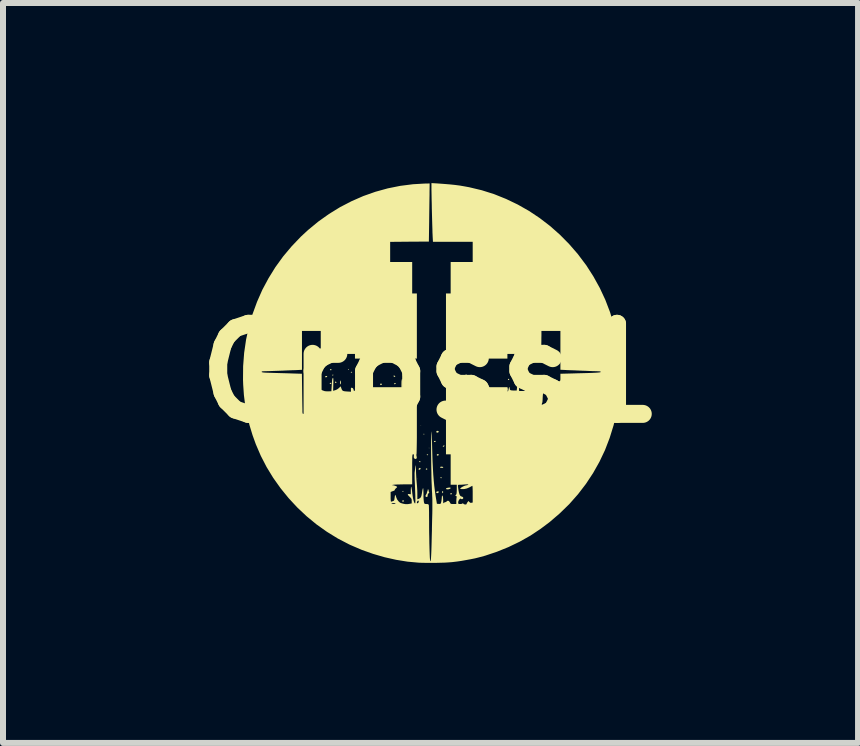
<source format=kicad_pcb>
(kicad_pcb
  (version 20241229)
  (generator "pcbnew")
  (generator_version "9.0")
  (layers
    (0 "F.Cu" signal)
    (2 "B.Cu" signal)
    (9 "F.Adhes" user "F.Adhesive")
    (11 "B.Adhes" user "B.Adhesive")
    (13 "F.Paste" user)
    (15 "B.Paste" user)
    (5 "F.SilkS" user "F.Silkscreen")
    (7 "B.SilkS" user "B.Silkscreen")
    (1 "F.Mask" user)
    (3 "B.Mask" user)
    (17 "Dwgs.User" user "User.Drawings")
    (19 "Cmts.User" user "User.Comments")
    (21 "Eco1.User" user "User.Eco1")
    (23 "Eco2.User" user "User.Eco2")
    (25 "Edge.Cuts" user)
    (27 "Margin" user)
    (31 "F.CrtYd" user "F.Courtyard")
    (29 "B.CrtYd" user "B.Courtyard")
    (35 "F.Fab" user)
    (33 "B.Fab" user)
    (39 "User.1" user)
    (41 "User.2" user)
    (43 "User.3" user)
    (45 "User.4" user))
  (footprint "Cross1"
    (layer "F.Cu")
    (at 4.121 3.166)
    (property "Reference" "Cross1" (at 0 0 0) (layer "F.SilkS") (effects (font (size 1.5 1.5) (thickness 0.3))))
    (attr board_only exclude_from_pos_files exclude_from_bom)
    (fp_poly (pts (xy -1.883 0.324) (xy -1.887 0.328) (xy -1.891 0.324) (xy -1.887 0.32)) (stroke (width 0) (type solid)) (fill yes) (layer "F.SilkS"))
    (fp_poly (pts (xy -0.219 1.762) (xy -0.223 1.766) (xy -0.227 1.762) (xy -0.223 1.758)) (stroke (width 0) (type solid)) (fill yes) (layer "F.SilkS"))
    (fp_poly (pts (xy -0.156 0.871) (xy -0.16 0.875) (xy -0.164 0.871) (xy -0.16 0.867)) (stroke (width 0) (type solid)) (fill yes) (layer "F.SilkS"))
    (fp_poly (pts (xy 2.11 0.293) (xy 2.106 0.297) (xy 2.102 0.293) (xy 2.106 0.289)) (stroke (width 0) (type solid)) (fill yes) (layer "F.SilkS"))
    (fp_poly (pts (xy -0.018 1.245) (xy -0.019 1.25) (xy -0.023 1.25) (xy -0.03 1.247) (xy -0.029 1.245) (xy -0.019 1.244)) (stroke (width 0) (type solid)) (fill yes) (layer "F.SilkS"))
    (fp_poly (pts (xy -2.024 0.33) (xy -2.025 0.337) (xy -2.03 0.343) (xy -2.035 0.337) (xy -2.038 0.326) (xy -2.036 0.322) (xy -2.028 0.321)) (stroke (width 0) (type solid)) (fill yes) (layer "F.SilkS"))
    (fp_poly (pts (xy -0.168 1.471) (xy -0.167 1.48) (xy -0.175 1.484) (xy -0.186 1.478) (xy -0.188 1.472) (xy -0.183 1.463) (xy -0.178 1.463)) (stroke (width 0) (type solid)) (fill yes) (layer "F.SilkS"))
    (fp_poly (pts (xy -0.053 1.594) (xy -0.054 1.603) (xy -0.064 1.608) (xy -0.076 1.605) (xy -0.078 1.598) (xy -0.072 1.588) (xy -0.065 1.587)) (stroke (width 0) (type solid)) (fill yes) (layer "F.SilkS"))
    (fp_poly (pts (xy 1.658 0.141) (xy 1.657 0.15) (xy 1.647 0.155) (xy 1.635 0.152) (xy 1.633 0.145) (xy 1.639 0.135) (xy 1.646 0.134)) (stroke (width 0) (type solid)) (fill yes) (layer "F.SilkS"))
    (fp_poly (pts (xy -2.023 0.124) (xy -2.02 0.129) (xy -2.026 0.136) (xy -2.037 0.139) (xy -2.052 0.137) (xy -2.055 0.129) (xy -2.049 0.119) (xy -2.037 0.119)) (stroke (width 0) (type solid)) (fill yes) (layer "F.SilkS"))
    (fp_poly (pts (xy -1.86 0.475) (xy -1.859 0.477) (xy -1.865 0.484) (xy -1.867 0.484) (xy -1.875 0.478) (xy -1.875 0.477) (xy -1.869 0.469) (xy -1.867 0.469)) (stroke (width 0) (type solid)) (fill yes) (layer "F.SilkS"))
    (fp_poly (pts (xy -1.653 0.162) (xy -1.652 0.171) (xy -1.653 0.173) (xy -1.663 0.179) (xy -1.674 0.179) (xy -1.68 0.173) (xy -1.674 0.164) (xy -1.661 0.16)) (stroke (width 0) (type solid)) (fill yes) (layer "F.SilkS"))
    (fp_poly (pts (xy -1.65 -0.064) (xy -1.649 -0.059) (xy -1.655 -0.048) (xy -1.66 -0.047) (xy -1.671 -0.053) (xy -1.672 -0.059) (xy -1.666 -0.069) (xy -1.66 -0.07)) (stroke (width 0) (type solid)) (fill yes) (layer "F.SilkS"))
    (fp_poly (pts (xy -1.617 0.029) (xy -1.617 0.031) (xy -1.624 0.038) (xy -1.629 0.039) (xy -1.638 0.035) (xy -1.637 0.031) (xy -1.627 0.024) (xy -1.625 0.023)) (stroke (width 0) (type solid)) (fill yes) (layer "F.SilkS"))
    (fp_poly (pts (xy -1.574 0.144) (xy -1.566 0.151) (xy -1.566 0.156) (xy -1.578 0.164) (xy -1.589 0.157) (xy -1.59 0.156) (xy -1.592 0.145) (xy -1.582 0.141)) (stroke (width 0) (type solid)) (fill yes) (layer "F.SilkS"))
    (fp_poly (pts (xy -1.36 -0.064) (xy -1.359 -0.063) (xy -1.365 -0.055) (xy -1.367 -0.055) (xy -1.375 -0.061) (xy -1.375 -0.063) (xy -1.369 -0.07) (xy -1.367 -0.07)) (stroke (width 0) (type solid)) (fill yes) (layer "F.SilkS"))
    (fp_poly (pts (xy -1.306 -0.019) (xy -1.305 -0.016) (xy -1.311 -0.009) (xy -1.316 -0.008) (xy -1.327 -0.012) (xy -1.328 -0.016) (xy -1.322 -0.023) (xy -1.316 -0.023)) (stroke (width 0) (type solid)) (fill yes) (layer "F.SilkS"))
    (fp_poly (pts (xy -1.154 0.162) (xy -1.152 0.164) (xy -1.154 0.171) (xy -1.16 0.172) (xy -1.17 0.168) (xy -1.172 0.164) (xy -1.166 0.156) (xy -1.165 0.156)) (stroke (width 0) (type solid)) (fill yes) (layer "F.SilkS"))
    (fp_poly (pts (xy -1.152 0.09) (xy -1.152 0.094) (xy -1.162 0.101) (xy -1.165 0.102) (xy -1.172 0.096) (xy -1.172 0.094) (xy -1.166 0.087) (xy -1.16 0.086)) (stroke (width 0) (type solid)) (fill yes) (layer "F.SilkS"))
    (fp_poly (pts (xy -0.584 0.165) (xy -0.578 0.171) (xy -0.584 0.18) (xy -0.597 0.184) (xy -0.605 0.182) (xy -0.606 0.172) (xy -0.605 0.171) (xy -0.595 0.165)) (stroke (width 0) (type solid)) (fill yes) (layer "F.SilkS"))
    (fp_poly (pts (xy -0.463 0.014) (xy -0.462 0.034) (xy -0.463 0.045) (xy -0.466 0.047) (xy -0.467 0.036) (xy -0.467 0.027) (xy -0.466 0.012) (xy -0.464 0.01)) (stroke (width 0) (type solid)) (fill yes) (layer "F.SilkS"))
    (fp_poly (pts (xy -0.462 -0.048) (xy -0.461 -0.043) (xy -0.465 -0.033) (xy -0.469 -0.031) (xy -0.476 -0.038) (xy -0.477 -0.043) (xy -0.472 -0.053) (xy -0.469 -0.055)) (stroke (width 0) (type solid)) (fill yes) (layer "F.SilkS"))
    (fp_poly (pts (xy -0.449 1.965) (xy -0.449 1.969) (xy -0.459 1.976) (xy -0.461 1.977) (xy -0.469 1.971) (xy -0.469 1.969) (xy -0.462 1.962) (xy -0.457 1.961)) (stroke (width 0) (type solid)) (fill yes) (layer "F.SilkS"))
    (fp_poly (pts (xy -0.102 1.014) (xy -0.102 1.016) (xy -0.108 1.023) (xy -0.109 1.024) (xy -0.117 1.018) (xy -0.117 1.016) (xy -0.111 1.008) (xy -0.109 1.008)) (stroke (width 0) (type solid)) (fill yes) (layer "F.SilkS"))
    (fp_poly (pts (xy -0.04 1.356) (xy -0.039 1.359) (xy -0.045 1.366) (xy -0.051 1.367) (xy -0.061 1.363) (xy -0.063 1.359) (xy -0.056 1.353) (xy -0.051 1.352)) (stroke (width 0) (type solid)) (fill yes) (layer "F.SilkS"))
    (fp_poly (pts (xy 0.184 1.737) (xy 0.186 1.74) (xy 0.182 1.749) (xy 0.176 1.75) (xy 0.166 1.746) (xy 0.166 1.74) (xy 0.173 1.731) (xy 0.176 1.731)) (stroke (width 0) (type solid)) (fill yes) (layer "F.SilkS"))
    (fp_poly (pts (xy 0.209 1.968) (xy 0.211 1.981) (xy 0.208 1.995) (xy 0.203 2) (xy 0.197 1.993) (xy 0.195 1.981) (xy 0.198 1.966) (xy 0.203 1.961)) (stroke (width 0) (type solid)) (fill yes) (layer "F.SilkS"))
    (fp_poly (pts (xy 0.215 0.573) (xy 0.217 0.576) (xy 0.213 0.584) (xy 0.203 0.586) (xy 0.191 0.582) (xy 0.189 0.576) (xy 0.199 0.567) (xy 0.203 0.566)) (stroke (width 0) (type solid)) (fill yes) (layer "F.SilkS"))
    (fp_poly (pts (xy 0.233 1.206) (xy 0.233 1.212) (xy 0.223 1.223) (xy 0.215 1.225) (xy 0.205 1.224) (xy 0.205 1.218) (xy 0.215 1.207) (xy 0.222 1.204)) (stroke (width 0) (type solid)) (fill yes) (layer "F.SilkS"))
    (fp_poly (pts (xy 0.356 2.003) (xy 0.359 2.007) (xy 0.353 2.016) (xy 0.341 2.02) (xy 0.333 2.018) (xy 0.328 2.007) (xy 0.337 2.001) (xy 0.344 2)) (stroke (width 0) (type solid)) (fill yes) (layer "F.SilkS"))
    (fp_poly (pts (xy 0.605 0.026) (xy 0.606 0.031) (xy 0.594 0.038) (xy 0.589 0.039) (xy 0.579 0.035) (xy 0.578 0.031) (xy 0.585 0.025) (xy 0.594 0.023)) (stroke (width 0) (type solid)) (fill yes) (layer "F.SilkS"))
    (fp_poly (pts (xy 0.624 0.176) (xy 0.625 0.18) (xy 0.619 0.187) (xy 0.618 0.188) (xy 0.607 0.182) (xy 0.606 0.18) (xy 0.607 0.173) (xy 0.613 0.172)) (stroke (width 0) (type solid)) (fill yes) (layer "F.SilkS"))
    (fp_poly (pts (xy 1.311 0.098) (xy 1.313 0.101) (xy 1.307 0.111) (xy 1.297 0.114) (xy 1.294 0.112) (xy 1.289 0.1) (xy 1.298 0.094) (xy 1.301 0.094)) (stroke (width 0) (type solid)) (fill yes) (layer "F.SilkS"))
    (fp_poly (pts (xy 1.483 -0.097) (xy 1.484 -0.094) (xy 1.478 -0.087) (xy 1.468 -0.086) (xy 1.458 -0.089) (xy 1.457 -0.094) (xy 1.468 -0.101) (xy 1.473 -0.102)) (stroke (width 0) (type solid)) (fill yes) (layer "F.SilkS"))
    (fp_poly (pts (xy 1.794 0.058) (xy 1.797 0.063) (xy 1.79 0.069) (xy 1.781 0.07) (xy 1.769 0.067) (xy 1.766 0.063) (xy 1.772 0.056) (xy 1.781 0.055)) (stroke (width 0) (type solid)) (fill yes) (layer "F.SilkS"))
    (fp_poly (pts (xy 1.944 0.184) (xy 1.945 0.188) (xy 1.939 0.194) (xy 1.934 0.195) (xy 1.923 0.191) (xy 1.922 0.188) (xy 1.928 0.181) (xy 1.934 0.18)) (stroke (width 0) (type solid)) (fill yes) (layer "F.SilkS"))
    (fp_poly (pts (xy 1.974 0.589) (xy 1.977 0.594) (xy 1.97 0.6) (xy 1.961 0.602) (xy 1.948 0.598) (xy 1.945 0.594) (xy 1.952 0.587) (xy 1.961 0.586)) (stroke (width 0) (type solid)) (fill yes) (layer "F.SilkS"))
    (fp_poly (pts (xy 2.106 0.465) (xy 2.106 0.469) (xy 2.094 0.476) (xy 2.089 0.477) (xy 2.081 0.473) (xy 2.082 0.469) (xy 2.093 0.462) (xy 2.099 0.461)) (stroke (width 0) (type solid)) (fill yes) (layer "F.SilkS"))
    (fp_poly (pts (xy 2.13 0.402) (xy 2.133 0.406) (xy 2.126 0.413) (xy 2.117 0.414) (xy 2.105 0.411) (xy 2.102 0.406) (xy 2.108 0.4) (xy 2.117 0.398)) (stroke (width 0) (type solid)) (fill yes) (layer "F.SilkS"))
    (fp_poly (pts (xy -2.033 0.457) (xy -2.03 0.459) (xy -2.026 0.471) (xy -2.032 0.482) (xy -2.039 0.484) (xy -2.049 0.479) (xy -2.051 0.476) (xy -2.052 0.464) (xy -2.044 0.456)) (stroke (width 0) (type solid)) (fill yes) (layer "F.SilkS"))
    (fp_poly (pts (xy -1.829 0.084) (xy -1.828 0.086) (xy -1.825 0.101) (xy -1.835 0.108) (xy -1.844 0.109) (xy -1.857 0.104) (xy -1.859 0.097) (xy -1.854 0.085) (xy -1.841 0.08)) (stroke (width 0) (type solid)) (fill yes) (layer "F.SilkS"))
    (fp_poly (pts (xy -1.721 0.051) (xy -1.721 0.059) (xy -1.731 0.066) (xy -1.744 0.07) (xy -1.749 0.068) (xy -1.752 0.065) (xy -1.755 0.056) (xy -1.745 0.049) (xy -1.734 0.047)) (stroke (width 0) (type solid)) (fill yes) (layer "F.SilkS"))
    (fp_poly (pts (xy -0.81 0.181) (xy -0.812 0.192) (xy -0.815 0.194) (xy -0.827 0.199) (xy -0.836 0.192) (xy -0.841 0.181) (xy -0.833 0.175) (xy -0.832 0.175) (xy -0.818 0.174)) (stroke (width 0) (type solid)) (fill yes) (layer "F.SilkS"))
    (fp_poly (pts (xy -0.592 0.046) (xy -0.586 0.054) (xy -0.592 0.061) (xy -0.603 0.061) (xy -0.614 0.054) (xy -0.614 0.054) (xy -0.616 0.044) (xy -0.614 0.041) (xy -0.604 0.04)) (stroke (width 0) (type solid)) (fill yes) (layer "F.SilkS"))
    (fp_poly (pts (xy -0.448 2.12) (xy -0.446 2.121) (xy -0.441 2.13) (xy -0.442 2.133) (xy -0.453 2.14) (xy -0.468 2.138) (xy -0.473 2.133) (xy -0.471 2.125) (xy -0.461 2.119)) (stroke (width 0) (type solid)) (fill yes) (layer "F.SilkS"))
    (fp_poly (pts (xy 0.084 1.129) (xy 0.086 1.136) (xy 0.08 1.146) (xy 0.068 1.148) (xy 0.059 1.141) (xy 0.056 1.133) (xy 0.057 1.133) (xy 0.067 1.13) (xy 0.074 1.128)) (stroke (width 0) (type solid)) (fill yes) (layer "F.SilkS"))
    (fp_poly (pts (xy 0.137 1.972) (xy 0.139 1.981) (xy 0.131 1.991) (xy 0.115 1.999) (xy 0.101 1.996) (xy 0.098 1.992) (xy 0.096 1.979) (xy 0.108 1.971) (xy 0.122 1.969)) (stroke (width 0) (type solid)) (fill yes) (layer "F.SilkS"))
    (fp_poly (pts (xy 1.962 0.325) (xy 1.969 0.334) (xy 1.969 0.335) (xy 1.963 0.344) (xy 1.949 0.347) (xy 1.937 0.343) (xy 1.93 0.335) (xy 1.935 0.327) (xy 1.948 0.322)) (stroke (width 0) (type solid)) (fill yes) (layer "F.SilkS"))
    (fp_poly (pts (xy -0.166 1.583) (xy -0.166 1.594) (xy -0.173 1.605) (xy -0.18 1.608) (xy -0.194 1.607) (xy -0.198 1.605) (xy -0.198 1.595) (xy -0.19 1.585) (xy -0.177 1.578) (xy -0.174 1.578)) (stroke (width 0) (type solid)) (fill yes) (layer "F.SilkS"))
    (fp_poly (pts (xy 0.129 1.347) (xy 0.136 1.355) (xy 0.137 1.36) (xy 0.131 1.37) (xy 0.118 1.374) (xy 0.106 1.368) (xy 0.105 1.367) (xy 0.106 1.356) (xy 0.116 1.348) (xy 0.129 1.347)) (stroke (width 0) (type solid)) (fill yes) (layer "F.SilkS"))
    (fp_poly (pts (xy 0.132 0.965) (xy 0.138 0.975) (xy 0.132 0.985) (xy 0.132 0.985) (xy 0.113 0.992) (xy 0.099 0.986) (xy 0.098 0.984) (xy 0.096 0.971) (xy 0.107 0.963) (xy 0.117 0.961)) (stroke (width 0) (type solid)) (fill yes) (layer "F.SilkS"))
    (fp_poly (pts (xy 0.203 1.56) (xy 0.21 1.565) (xy 0.213 1.572) (xy 0.207 1.576) (xy 0.187 1.577) (xy 0.165 1.575) (xy 0.158 1.569) (xy 0.158 1.568) (xy 0.168 1.559) (xy 0.185 1.557)) (stroke (width 0) (type solid)) (fill yes) (layer "F.SilkS"))
    (fp_poly (pts (xy 1.549 0.151) (xy 1.553 0.153) (xy 1.564 0.163) (xy 1.567 0.169) (xy 1.56 0.176) (xy 1.546 0.178) (xy 1.532 0.176) (xy 1.527 0.172) (xy 1.526 0.159) (xy 1.535 0.151)) (stroke (width 0) (type solid)) (fill yes) (layer "F.SilkS"))
    (fp_poly (pts (xy -1.493 0.133) (xy -1.492 0.15) (xy -1.494 0.172) (xy -1.498 0.185) (xy -1.5 0.188) (xy -1.505 0.181) (xy -1.508 0.164) (xy -1.508 0.162) (xy -1.505 0.141) (xy -1.5 0.125) (xy -1.495 0.122)) (stroke (width 0) (type solid)) (fill yes) (layer "F.SilkS"))
    (fp_poly (pts (xy 1.473 -0.018) (xy 1.476 -0.002) (xy 1.477 0.011) (xy 1.475 0.032) (xy 1.472 0.045) (xy 1.468 0.047) (xy 1.464 0.036) (xy 1.464 0.029) (xy 1.461 0.008) (xy 1.46 -0.003) (xy 1.462 -0.017) (xy 1.467 -0.021)) (stroke (width 0) (type solid)) (fill yes) (layer "F.SilkS"))
    (fp_poly (pts (xy 0.333 1.908) (xy 0.335 1.916) (xy 0.33 1.923) (xy 0.316 1.93) (xy 0.296 1.935) (xy 0.276 1.935) (xy 0.263 1.932) (xy 0.262 1.93) (xy 0.258 1.922) (xy 0.262 1.917) (xy 0.276 1.912) (xy 0.295 1.908) (xy 0.319 1.905)) (stroke (width 0) (type solid)) (fill yes) (layer "F.SilkS"))
    (fp_poly (pts (xy -0.033 1.945) (xy -0.031 1.956) (xy -0.028 1.974) (xy -0.023 1.982) (xy -0.02 1.991) (xy -0.03 2) (xy -0.043 2.013) (xy -0.047 2.035) (xy -0.047 2.036) (xy -0.049 2.054) (xy -0.056 2.062) (xy -0.063 2.063) (xy -0.078 2.058) (xy -0.083 2.051) (xy -0.082 2.038) (xy -0.072 2.02) (xy -0.072 2.019) (xy -0.062 2.003) (xy -0.059 1.989) (xy -0.06 1.989) (xy -0.058 1.976) (xy -0.055 1.973) (xy -0.049 1.962) (xy -0.047 1.948) (xy -0.044 1.935) (xy -0.039 1.934)) (stroke (width 0) (type solid)) (fill yes) (layer "F.SilkS"))
    (fp_poly (pts (xy 0.104 -3.161) (xy 0.215 -3.153) (xy 0.314 -3.145) (xy 0.403 -3.136) (xy 0.488 -3.125) (xy 0.569 -3.111) (xy 0.645 -3.097) (xy 0.854 -3.047) (xy 1.06 -2.982) (xy 1.259 -2.902) (xy 1.453 -2.809) (xy 1.64 -2.703) (xy 1.82 -2.583) (xy 1.992 -2.451) (xy 2.155 -2.307) (xy 2.309 -2.151) (xy 2.454 -1.984) (xy 2.587 -1.807) (xy 2.592 -1.801) (xy 2.712 -1.614) (xy 2.819 -1.421) (xy 2.912 -1.222) (xy 2.99 -1.018) (xy 3.054 -0.809) (xy 3.104 -0.597) (xy 3.138 -0.381) (xy 3.158 -0.163) (xy 3.163 0.056) (xy 3.153 0.277) (xy 3.128 0.498) (xy 3.101 0.652) (xy 3.05 0.868) (xy 2.985 1.078) (xy 2.907 1.281) (xy 2.814 1.477) (xy 2.708 1.665) (xy 2.589 1.845) (xy 2.457 2.017) (xy 2.312 2.181) (xy 2.154 2.335) (xy 1.984 2.481) (xy 1.832 2.595) (xy 1.665 2.706) (xy 1.486 2.807) (xy 1.299 2.897) (xy 1.106 2.975) (xy 0.909 3.041) (xy 0.801 3.07) (xy 0.741 3.085) (xy 0.671 3.099) (xy 0.594 3.113) (xy 0.516 3.127) (xy 0.441 3.138) (xy 0.373 3.146) (xy 0.355 3.148) (xy 0.303 3.152) (xy 0.239 3.156) (xy 0.167 3.158) (xy 0.089 3.16) (xy 0.011 3.16) (xy -0.065 3.16) (xy -0.135 3.159) (xy -0.195 3.157) (xy -0.195 3.157) (xy -0.382 3.14) (xy -0.573 3.109) (xy -0.765 3.066) (xy -0.957 3.01) (xy -1.146 2.943) (xy -1.33 2.864) (xy -1.356 2.852) (xy -1.544 2.754) (xy -1.726 2.642) (xy -1.899 2.519) (xy -2.063 2.384) (xy -2.218 2.238) (xy -2.275 2.177) (xy -0.651 2.177) (xy -0.64 2.179) (xy -0.619 2.18) (xy -0.594 2.178) (xy -0.582 2.175) (xy -0.582 2.172) (xy -0.593 2.166) (xy -0.613 2.165) (xy -0.634 2.167) (xy -0.648 2.172) (xy -0.651 2.177) (xy -2.275 2.177) (xy -2.363 2.082) (xy -2.497 1.917) (xy -2.62 1.744) (xy -2.73 1.564) (xy -2.827 1.376) (xy -2.91 1.183) (xy -2.964 1.033) (xy -3.016 0.862) (xy -3.056 0.697) (xy -3.087 0.533) (xy -3.108 0.366) (xy -3.12 0.192) (xy -3.123 0.109) (xy -3.121 -0.117) (xy -3.104 -0.339) (xy -3.072 -0.559) (xy -3.025 -0.774) (xy -2.964 -0.984) (xy -2.889 -1.189) (xy -2.801 -1.389) (xy -2.698 -1.581) (xy -2.583 -1.767) (xy -2.454 -1.945) (xy -2.312 -2.114) (xy -2.158 -2.275) (xy -2.039 -2.385) (xy -1.869 -2.525) (xy -1.692 -2.651) (xy -1.507 -2.765) (xy -1.316 -2.864) (xy -1.12 -2.95) (xy -0.919 -3.021) (xy -0.713 -3.078) (xy -0.504 -3.12) (xy -0.292 -3.147) (xy -0.103 -3.158) (xy -0.014 -3.16) (xy -0.016 -3.016) (xy -0.016 -2.976) (xy -0.017 -2.923) (xy -0.018 -2.859) (xy -0.019 -2.788) (xy -0.02 -2.712) (xy -0.021 -2.633) (xy -0.022 -2.554) (xy -0.022 -2.531) (xy -0.027 -2.192) (xy -0.35 -2.19) (xy -0.672 -2.187) (xy -0.672 -2.02) (xy -0.672 -1.852) (xy -0.488 -1.852) (xy -0.305 -1.852) (xy -0.305 -1.59) (xy -0.305 -1.328) (xy -0.266 -1.328) (xy -0.227 -1.328) (xy -0.227 -0.785) (xy -0.227 -0.242) (xy -0.742 -0.242) (xy -1.258 -0.242) (xy -1.258 -0.281) (xy -1.258 -0.32) (xy -1.543 -0.32) (xy -1.828 -0.32) (xy -1.828 -0.512) (xy -1.828 -0.703) (xy -1.984 -0.703) (xy -2.141 -0.703) (xy -2.141 -0.38) (xy -2.141 -0.056) (xy -2.236 -0.051) (xy -2.263 -0.05) (xy -2.301 -0.049) (xy -2.348 -0.047) (xy -2.402 -0.045) (xy -2.461 -0.042) (xy -2.521 -0.04) (xy -2.581 -0.038) (xy -2.639 -0.036) (xy -2.691 -0.034) (xy -2.736 -0.033) (xy -2.771 -0.032) (xy -2.794 -0.031) (xy -2.799 -0.031) (xy -2.811 -0.026) (xy -2.813 -0.021) (xy -2.81 -0.017) (xy -2.8 -0.014) (xy -2.782 -0.011) (xy -2.755 -0.009) (xy -2.715 -0.007) (xy -2.662 -0.006) (xy -2.639 -0.005) (xy -2.574 -0.003) (xy -2.502 -0.001) (xy -2.427 0.001) (xy -2.357 0.003) (xy -2.304 0.005) (xy -2.142 0.01) (xy -2.138 0.319) (xy -2.137 0.388) (xy -2.136 0.453) (xy -2.135 0.512) (xy -2.134 0.564) (xy -2.133 0.605) (xy -2.133 0.636) (xy -2.133 0.652) (xy -2.132 0.654) (xy -2.129 0.673) (xy -2.121 0.68) (xy -2.103 0.672) (xy -2.089 0.649) (xy -2.079 0.612) (xy -2.078 0.611) (xy -2.072 0.584) (xy -2.066 0.561) (xy -2.063 0.551) (xy -2.058 0.54) (xy -2.056 0.545) (xy -2.055 0.553) (xy -2.051 0.576) (xy -2.041 0.594) (xy -2.029 0.602) (xy -2.028 0.602) (xy -2.015 0.607) (xy -2.008 0.613) (xy -2.003 0.624) (xy -2.011 0.63) (xy -2.011 0.63) (xy -2.02 0.638) (xy -2.024 0.651) (xy -2.021 0.662) (xy -2.016 0.664) (xy -2.005 0.662) (xy -1.986 0.655) (xy -1.965 0.647) (xy -1.947 0.64) (xy -1.939 0.636) (xy -1.94 0.629) (xy -1.947 0.613) (xy -1.949 0.611) (xy -1.957 0.586) (xy -1.961 0.559) (xy -1.961 0.556) (xy -1.964 0.533) (xy -1.972 0.521) (xy -1.975 0.52) (xy -1.984 0.515) (xy -1.981 0.509) (xy -1.974 0.504) (xy -1.968 0.498) (xy -1.964 0.489) (xy -1.962 0.473) (xy -1.961 0.449) (xy -1.961 0.413) (xy -1.961 0.389) (xy -1.96 0.344) (xy -1.959 0.299) (xy -1.957 0.26) (xy -1.954 0.23) (xy -1.948 0.176) (xy -1.945 0.234) (xy -1.944 0.269) (xy -1.942 0.303) (xy -1.942 0.328) (xy -1.941 0.348) (xy -1.939 0.38) (xy -1.937 0.42) (xy -1.935 0.465) (xy -1.934 0.492) (xy -1.931 0.538) (xy -1.93 0.579) (xy -1.929 0.614) (xy -1.928 0.638) (xy -1.929 0.647) (xy -1.929 0.661) (xy -1.925 0.669) (xy -1.914 0.671) (xy -1.893 0.669) (xy -1.867 0.663) (xy -1.827 0.655) (xy -1.829 0.618) (xy -1.829 0.599) (xy -1.83 0.567) (xy -1.83 0.526) (xy -1.83 0.479) (xy -1.83 0.429) (xy -1.83 0.428) (xy -1.828 0.274) (xy -1.792 0.289) (xy -1.76 0.3) (xy -1.724 0.303) (xy -1.704 0.303) (xy -1.651 0.301) (xy -1.645 0.207) (xy -1.642 0.158) (xy -1.639 0.123) (xy -1.636 0.099) (xy -1.631 0.085) (xy -1.626 0.079) (xy -1.623 0.078) (xy -1.62 0.086) (xy -1.618 0.109) (xy -1.618 0.146) (xy -1.619 0.186) (xy -1.622 0.294) (xy -1.587 0.284) (xy -1.557 0.271) (xy -1.529 0.251) (xy -1.524 0.246) (xy -1.496 0.219) (xy -1.484 0.255) (xy -1.476 0.275) (xy -1.467 0.288) (xy -1.452 0.297) (xy -1.429 0.302) (xy -1.395 0.305) (xy -1.378 0.306) (xy -1.324 0.309) (xy -1.326 0.275) (xy -1.326 0.254) (xy -1.321 0.244) (xy -1.314 0.242) (xy -1.294 0.249) (xy -1.283 0.267) (xy -1.281 0.279) (xy -1.277 0.293) (xy -1.27 0.297) (xy -1.261 0.292) (xy -1.258 0.275) (xy -1.258 0.266) (xy -1.258 0.234) (xy -0.871 0.234) (xy -0.484 0.234) (xy -0.484 0.182) (xy -0.483 0.138) (xy -0.479 0.109) (xy -0.472 0.095) (xy -0.468 0.094) (xy -0.465 0.101) (xy -0.462 0.12) (xy -0.461 0.148) (xy -0.461 0.164) (xy -0.461 0.234) (xy -0.344 0.234) (xy -0.227 0.234) (xy -0.227 0.793) (xy -0.227 0.894) (xy -0.227 0.988) (xy -0.227 1.073) (xy -0.228 1.149) (xy -0.229 1.214) (xy -0.23 1.268) (xy -0.231 1.309) (xy -0.232 1.337) (xy -0.233 1.35) (xy -0.234 1.352) (xy -0.236 1.358) (xy -0.234 1.375) (xy -0.233 1.378) (xy -0.228 1.406) (xy -0.233 1.423) (xy -0.248 1.43) (xy -0.249 1.43) (xy -0.268 1.423) (xy -0.278 1.406) (xy -0.278 1.379) (xy -0.276 1.361) (xy -0.279 1.353) (xy -0.289 1.352) (xy -0.293 1.352) (xy -0.297 1.354) (xy -0.299 1.36) (xy -0.301 1.37) (xy -0.303 1.388) (xy -0.304 1.413) (xy -0.304 1.448) (xy -0.305 1.495) (xy -0.305 1.554) (xy -0.305 1.602) (xy -0.305 1.852) (xy -0.439 1.852) (xy -0.487 1.853) (xy -0.531 1.854) (xy -0.569 1.855) (xy -0.597 1.857) (xy -0.609 1.858) (xy -0.645 1.864) (xy -0.613 1.869) (xy -0.589 1.876) (xy -0.569 1.884) (xy -0.566 1.886) (xy -0.557 1.894) (xy -0.557 1.901) (xy -0.569 1.912) (xy -0.572 1.914) (xy -0.587 1.929) (xy -0.594 1.941) (xy -0.594 1.942) (xy -0.6 1.954) (xy -0.607 1.958) (xy -0.625 1.964) (xy -0.643 1.971) (xy -0.664 1.979) (xy -0.664 2.06) (xy -0.664 2.093) (xy -0.662 2.12) (xy -0.66 2.137) (xy -0.657 2.141) (xy -0.646 2.138) (xy -0.628 2.133) (xy -0.627 2.132) (xy -0.614 2.127) (xy -0.606 2.118) (xy -0.601 2.103) (xy -0.598 2.077) (xy -0.597 2.074) (xy -0.594 2.049) (xy -0.59 2.032) (xy -0.586 2.027) (xy -0.581 2.037) (xy -0.574 2.056) (xy -0.571 2.067) (xy -0.556 2.103) (xy -0.533 2.134) (xy -0.514 2.152) (xy -0.495 2.163) (xy -0.469 2.171) (xy -0.45 2.176) (xy -0.413 2.182) (xy -0.382 2.182) (xy -0.354 2.178) (xy -0.313 2.17) (xy -0.313 2.131) (xy -0.313 2.109) (xy -0.318 2.093) (xy -0.33 2.077) (xy -0.348 2.058) (xy -0.37 2.036) (xy -0.379 2.021) (xy -0.374 2.014) (xy -0.356 2.013) (xy -0.352 2.014) (xy -0.328 2.018) (xy -0.328 1.954) (xy -0.327 1.925) (xy -0.325 1.903) (xy -0.322 1.891) (xy -0.321 1.891) (xy -0.318 1.898) (xy -0.314 1.918) (xy -0.309 1.947) (xy -0.305 1.983) (xy -0.305 1.985) (xy -0.298 2.04) (xy -0.29 2.088) (xy -0.281 2.127) (xy -0.271 2.154) (xy -0.261 2.169) (xy -0.259 2.17) (xy -0.255 2.169) (xy -0.253 2.161) (xy -0.253 2.16) (xy -0.227 2.16) (xy -0.224 2.168) (xy -0.214 2.166) (xy -0.211 2.164) (xy -0.198 2.152) (xy -0.195 2.141) (xy -0.199 2.126) (xy -0.203 2.121) (xy -0.211 2.124) (xy -0.22 2.136) (xy -0.226 2.152) (xy -0.227 2.16) (xy -0.253 2.16) (xy -0.252 2.145) (xy -0.251 2.119) (xy -0.252 2.082) (xy -0.253 2.031) (xy -0.254 2.007) (xy -0.256 1.952) (xy -0.258 1.896) (xy -0.26 1.845) (xy -0.262 1.801) (xy -0.264 1.768) (xy -0.264 1.766) (xy -0.265 1.662) (xy -0.252 1.56) (xy -0.25 1.551) (xy -0.247 1.537) (xy -0.245 1.535) (xy -0.244 1.545) (xy -0.243 1.568) (xy -0.243 1.582) (xy -0.24 1.675) (xy -0.235 1.765) (xy -0.228 1.845) (xy -0.226 1.865) (xy -0.223 1.907) (xy -0.22 1.955) (xy -0.219 2.003) (xy -0.219 2.019) (xy -0.219 2.101) (xy -0.195 2.093) (xy -0.176 2.083) (xy -0.162 2.069) (xy -0.152 2.046) (xy -0.145 2.013) (xy -0.14 1.983) (xy -0.135 1.952) (xy -0.13 1.929) (xy -0.125 1.916) (xy -0.124 1.914) (xy -0.121 1.922) (xy -0.119 1.942) (xy -0.118 1.972) (xy -0.117 2.009) (xy -0.117 2.018) (xy -0.117 2.059) (xy -0.115 2.098) (xy -0.112 2.129) (xy -0.109 2.149) (xy -0.109 2.151) (xy -0.103 2.169) (xy -0.094 2.177) (xy -0.078 2.18) (xy -0.067 2.18) (xy -0.045 2.181) (xy -0.034 2.187) (xy -0.028 2.197) (xy -0.027 2.21) (xy -0.026 2.236) (xy -0.025 2.272) (xy -0.024 2.317) (xy -0.024 2.366) (xy -0.024 2.38) (xy -0.023 2.475) (xy -0.023 2.569) (xy -0.022 2.66) (xy -0.02 2.746) (xy -0.019 2.827) (xy -0.017 2.902) (xy -0.015 2.968) (xy -0.013 3.025) (xy -0.011 3.071) (xy -0.008 3.105) (xy -0.006 3.126) (xy -0.003 3.133) (xy -0.000349 3.131) (xy 0.002 3.125) (xy 0.005 3.114) (xy 0.007 3.097) (xy 0.009 3.073) (xy 0.011 3.04) (xy 0.013 2.998) (xy 0.015 2.946) (xy 0.017 2.883) (xy 0.019 2.807) (xy 0.021 2.718) (xy 0.024 2.615) (xy 0.024 2.582) (xy 0.026 2.488) (xy 0.028 2.408) (xy 0.03 2.339) (xy 0.031 2.281) (xy 0.031 2.231) (xy 0.031 2.188) (xy 0.031 2.148) (xy 0.031 2.112) (xy 0.03 2.077) (xy 0.028 2.04) (xy 0.027 2.001) (xy 0.024 1.957) (xy 0.023 1.93) (xy 0.021 1.873) (xy 0.018 1.807) (xy 0.016 1.732) (xy 0.015 1.652) (xy 0.013 1.568) (xy 0.012 1.483) (xy 0.011 1.399) (xy 0.01 1.317) (xy 0.01 1.241) (xy 0.01 1.172) (xy 0.011 1.113) (xy 0.012 1.065) (xy 0.013 1.035) (xy 0.015 1.007) (xy 0.017 0.986) (xy 0.018 0.974) (xy 0.019 0.971) (xy 0.02 0.979) (xy 0.021 0.999) (xy 0.022 1.03) (xy 0.023 1.075) (xy 0.025 1.134) (xy 0.026 1.191) (xy 0.03 1.334) (xy 0.034 1.464) (xy 0.04 1.581) (xy 0.046 1.688) (xy 0.054 1.787) (xy 0.063 1.879) (xy 0.074 1.966) (xy 0.086 2.051) (xy 0.089 2.069) (xy 0.107 2.176) (xy 0.138 2.178) (xy 0.158 2.179) (xy 0.168 2.175) (xy 0.174 2.162) (xy 0.179 2.146) (xy 0.184 2.116) (xy 0.187 2.087) (xy 0.188 2.081) (xy 0.189 2.058) (xy 0.193 2.042) (xy 0.194 2.041) (xy 0.2 2.039) (xy 0.205 2.051) (xy 0.209 2.074) (xy 0.211 2.107) (xy 0.211 2.128) (xy 0.212 2.154) (xy 0.214 2.166) (xy 0.217 2.167) (xy 0.222 2.162) (xy 0.237 2.151) (xy 0.248 2.149) (xy 0.263 2.143) (xy 0.268 2.137) (xy 0.279 2.128) (xy 0.291 2.125) (xy 0.307 2.13) (xy 0.32 2.148) (xy 0.323 2.152) (xy 0.331 2.168) (xy 0.339 2.176) (xy 0.354 2.179) (xy 0.378 2.18) (xy 0.383 2.18) (xy 0.43 2.18) (xy 0.43 2.138) (xy 0.431 2.109) (xy 0.433 2.082) (xy 0.435 2.071) (xy 0.436 2.054) (xy 0.431 2.048) (xy 0.427 2.047) (xy 0.415 2.043) (xy 0.417 2.033) (xy 0.426 2.024) (xy 0.432 2.015) (xy 0.435 1.998) (xy 0.437 1.971) (xy 0.438 1.937) (xy 0.438 1.88) (xy 0.457 1.88) (xy 0.458 1.893) (xy 0.466 1.949) (xy 0.474 1.99) (xy 0.483 2.02) (xy 0.494 2.04) (xy 0.508 2.051) (xy 0.52 2.055) (xy 0.538 2.063) (xy 0.546 2.076) (xy 0.544 2.089) (xy 0.531 2.098) (xy 0.514 2.098) (xy 0.507 2.093) (xy 0.499 2.089) (xy 0.487 2.097) (xy 0.475 2.112) (xy 0.465 2.131) (xy 0.461 2.151) (xy 0.461 2.153) (xy 0.462 2.17) (xy 0.467 2.177) (xy 0.481 2.18) (xy 0.495 2.18) (xy 0.519 2.178) (xy 0.533 2.172) (xy 0.534 2.17) (xy 0.54 2.166) (xy 0.547 2.174) (xy 0.558 2.183) (xy 0.575 2.187) (xy 0.592 2.187) (xy 0.601 2.181) (xy 0.602 2.178) (xy 0.606 2.165) (xy 0.617 2.149) (xy 0.617 2.149) (xy 0.633 2.129) (xy 0.647 2.146) (xy 0.663 2.159) (xy 0.682 2.159) (xy 0.703 2.155) (xy 0.703 2.014) (xy 0.703 1.97) (xy 0.702 1.931) (xy 0.701 1.901) (xy 0.699 1.882) (xy 0.697 1.876) (xy 0.688 1.881) (xy 0.669 1.891) (xy 0.645 1.904) (xy 0.604 1.921) (xy 0.564 1.93) (xy 0.548 1.931) (xy 0.52 1.931) (xy 0.501 1.929) (xy 0.495 1.926) (xy 0.499 1.917) (xy 0.514 1.904) (xy 0.536 1.891) (xy 0.561 1.879) (xy 0.584 1.871) (xy 0.594 1.869) (xy 0.615 1.865) (xy 0.629 1.859) (xy 0.63 1.857) (xy 0.626 1.853) (xy 0.607 1.852) (xy 0.573 1.854) (xy 0.57 1.854) (xy 0.536 1.857) (xy 0.505 1.859) (xy 0.483 1.859) (xy 0.479 1.859) (xy 0.464 1.86) (xy 0.457 1.866) (xy 0.457 1.88) (xy 0.438 1.88) (xy 0.438 1.859) (xy 0.387 1.859) (xy 0.336 1.859) (xy 0.336 1.606) (xy 0.336 1.352) (xy 0.297 1.352) (xy 0.258 1.352) (xy 0.258 0.793) (xy 0.258 0.235) (xy 0.479 0.233) (xy 0.699 0.23) (xy 0.703 0.147) (xy 0.705 0.112) (xy 0.708 0.084) (xy 0.711 0.064) (xy 0.713 0.058) (xy 0.715 0.063) (xy 0.717 0.081) (xy 0.718 0.108) (xy 0.719 0.143) (xy 0.719 0.234) (xy 1 0.234) (xy 1.281 0.234) (xy 1.286 0.253) (xy 1.288 0.275) (xy 1.285 0.289) (xy 1.284 0.301) (xy 1.288 0.305) (xy 1.293 0.298) (xy 1.298 0.28) (xy 1.301 0.266) (xy 1.306 0.243) (xy 1.312 0.232) (xy 1.317 0.235) (xy 1.32 0.252) (xy 1.32 0.257) (xy 1.323 0.273) (xy 1.331 0.282) (xy 1.348 0.287) (xy 1.377 0.289) (xy 1.391 0.289) (xy 1.436 0.289) (xy 1.441 0.248) (xy 1.444 0.219) (xy 1.447 0.182) (xy 1.45 0.148) (xy 1.454 0.111) (xy 1.459 0.086) (xy 1.464 0.073) (xy 1.47 0.075) (xy 1.473 0.082) (xy 1.481 0.102) (xy 1.486 0.115) (xy 1.49 0.137) (xy 1.486 0.154) (xy 1.48 0.178) (xy 1.476 0.212) (xy 1.475 0.25) (xy 1.475 0.275) (xy 1.477 0.297) (xy 1.549 0.297) (xy 1.582 0.296) (xy 1.609 0.294) (xy 1.626 0.292) (xy 1.63 0.291) (xy 1.636 0.283) (xy 1.672 0.283) (xy 1.674 0.294) (xy 1.681 0.3) (xy 1.697 0.303) (xy 1.725 0.304) (xy 1.738 0.303) (xy 1.793 0.302) (xy 1.746 0.299) (xy 1.715 0.295) (xy 1.692 0.287) (xy 1.686 0.284) (xy 1.675 0.276) (xy 1.672 0.279) (xy 1.672 0.283) (xy 1.636 0.283) (xy 1.639 0.279) (xy 1.645 0.264) (xy 1.649 0.249) (xy 1.656 0.244) (xy 1.667 0.249) (xy 1.684 0.262) (xy 1.706 0.276) (xy 1.719 0.28) (xy 1.727 0.274) (xy 1.729 0.27) (xy 1.739 0.259) (xy 1.756 0.247) (xy 1.758 0.246) (xy 1.776 0.239) (xy 1.792 0.239) (xy 1.807 0.245) (xy 1.829 0.254) (xy 1.847 0.259) (xy 1.848 0.259) (xy 1.862 0.269) (xy 1.872 0.29) (xy 1.877 0.318) (xy 1.874 0.347) (xy 1.871 0.372) (xy 1.869 0.404) (xy 1.868 0.435) (xy 1.866 0.463) (xy 1.864 0.485) (xy 1.86 0.496) (xy 1.859 0.496) (xy 1.856 0.506) (xy 1.854 0.528) (xy 1.852 0.559) (xy 1.852 0.586) (xy 1.852 0.672) (xy 1.889 0.671) (xy 1.91 0.67) (xy 1.916 0.668) (xy 1.91 0.664) (xy 1.904 0.66) (xy 1.91 0.658) (xy 1.928 0.657) (xy 1.955 0.653) (xy 1.975 0.642) (xy 1.983 0.634) (xy 2.002 0.614) (xy 2.015 0.597) (xy 2.023 0.581) (xy 2.026 0.562) (xy 2.027 0.535) (xy 2.025 0.497) (xy 2.025 0.494) (xy 2.024 0.454) (xy 2.025 0.426) (xy 2.028 0.409) (xy 2.032 0.406) (xy 2.036 0.416) (xy 2.04 0.44) (xy 2.042 0.463) (xy 2.048 0.521) (xy 2.055 0.572) (xy 2.061 0.612) (xy 2.067 0.641) (xy 2.072 0.656) (xy 2.074 0.658) (xy 2.093 0.664) (xy 2.115 0.662) (xy 2.133 0.653) (xy 2.134 0.651) (xy 2.142 0.634) (xy 2.147 0.614) (xy 2.148 0.591) (xy 2.15 0.558) (xy 2.151 0.517) (xy 2.152 0.47) (xy 2.153 0.42) (xy 2.153 0.369) (xy 2.154 0.319) (xy 2.154 0.274) (xy 2.154 0.235) (xy 2.153 0.205) (xy 2.152 0.186) (xy 2.151 0.18) (xy 2.14 0.182) (xy 2.121 0.189) (xy 2.113 0.191) (xy 2.085 0.198) (xy 2.053 0.203) (xy 2.045 0.203) (xy 2.009 0.203) (xy 2.019 0.178) (xy 2.026 0.164) (xy 2.036 0.155) (xy 2.052 0.15) (xy 2.079 0.146) (xy 2.079 0.146) (xy 2.117 0.141) (xy 2.141 0.137) (xy 2.155 0.131) (xy 2.162 0.121) (xy 2.164 0.104) (xy 2.164 0.079) (xy 2.164 0.071) (xy 2.164 0.01) (xy 2.358 0.005) (xy 2.457 0.002) (xy 2.542 -0.000082) (xy 2.614 -0.002) (xy 2.673 -0.004) (xy 2.721 -0.006) (xy 2.759 -0.008) (xy 2.788 -0.01) (xy 2.809 -0.012) (xy 2.823 -0.014) (xy 2.831 -0.016) (xy 2.835 -0.019) (xy 2.836 -0.021) (xy 2.83 -0.028) (xy 2.811 -0.031) (xy 2.799 -0.031) (xy 2.78 -0.032) (xy 2.747 -0.033) (xy 2.702 -0.034) (xy 2.649 -0.036) (xy 2.589 -0.039) (xy 2.524 -0.041) (xy 2.457 -0.044) (xy 2.389 -0.047) (xy 2.324 -0.049) (xy 2.279 -0.051) (xy 2.164 -0.057) (xy 2.164 -0.38) (xy 2.164 -0.703) (xy 2.006 -0.703) (xy 1.848 -0.703) (xy 1.848 -0.65) (xy 1.848 -0.625) (xy 1.847 -0.587) (xy 1.847 -0.542) (xy 1.846 -0.493) (xy 1.846 -0.459) (xy 1.844 -0.32) (xy 1.563 -0.32) (xy 1.281 -0.32) (xy 1.281 -0.281) (xy 1.281 -0.242) (xy 0.77 -0.242) (xy 0.258 -0.242) (xy 0.258 -0.785) (xy 0.258 -1.328) (xy 0.297 -1.328) (xy 0.336 -1.328) (xy 0.336 -1.59) (xy 0.336 -1.852) (xy 0.52 -1.852) (xy 0.703 -1.852) (xy 0.703 -2.02) (xy 0.703 -2.188) (xy 0.372 -2.188) (xy 0.041 -2.188) (xy 0.036 -2.276) (xy 0.035 -2.302) (xy 0.033 -2.342) (xy 0.032 -2.393) (xy 0.03 -2.454) (xy 0.028 -2.521) (xy 0.026 -2.594) (xy 0.024 -2.669) (xy 0.022 -2.745) (xy 0.021 -2.82) (xy 0.019 -2.89) (xy 0.018 -2.956) (xy 0.017 -3.013) (xy 0.016 -3.06) (xy 0.016 -3.095) (xy 0.016 -3.104) (xy 0.016 -3.166)) (stroke (width 0) (type solid)) (fill yes) (layer "F.SilkS")))
  (gr_rect
    (start -3 -3)
    (end 11.243 9.326)
    (stroke (width 0.1) (type default))
    (fill no)
    (layer "Edge.Cuts")))
</source>
